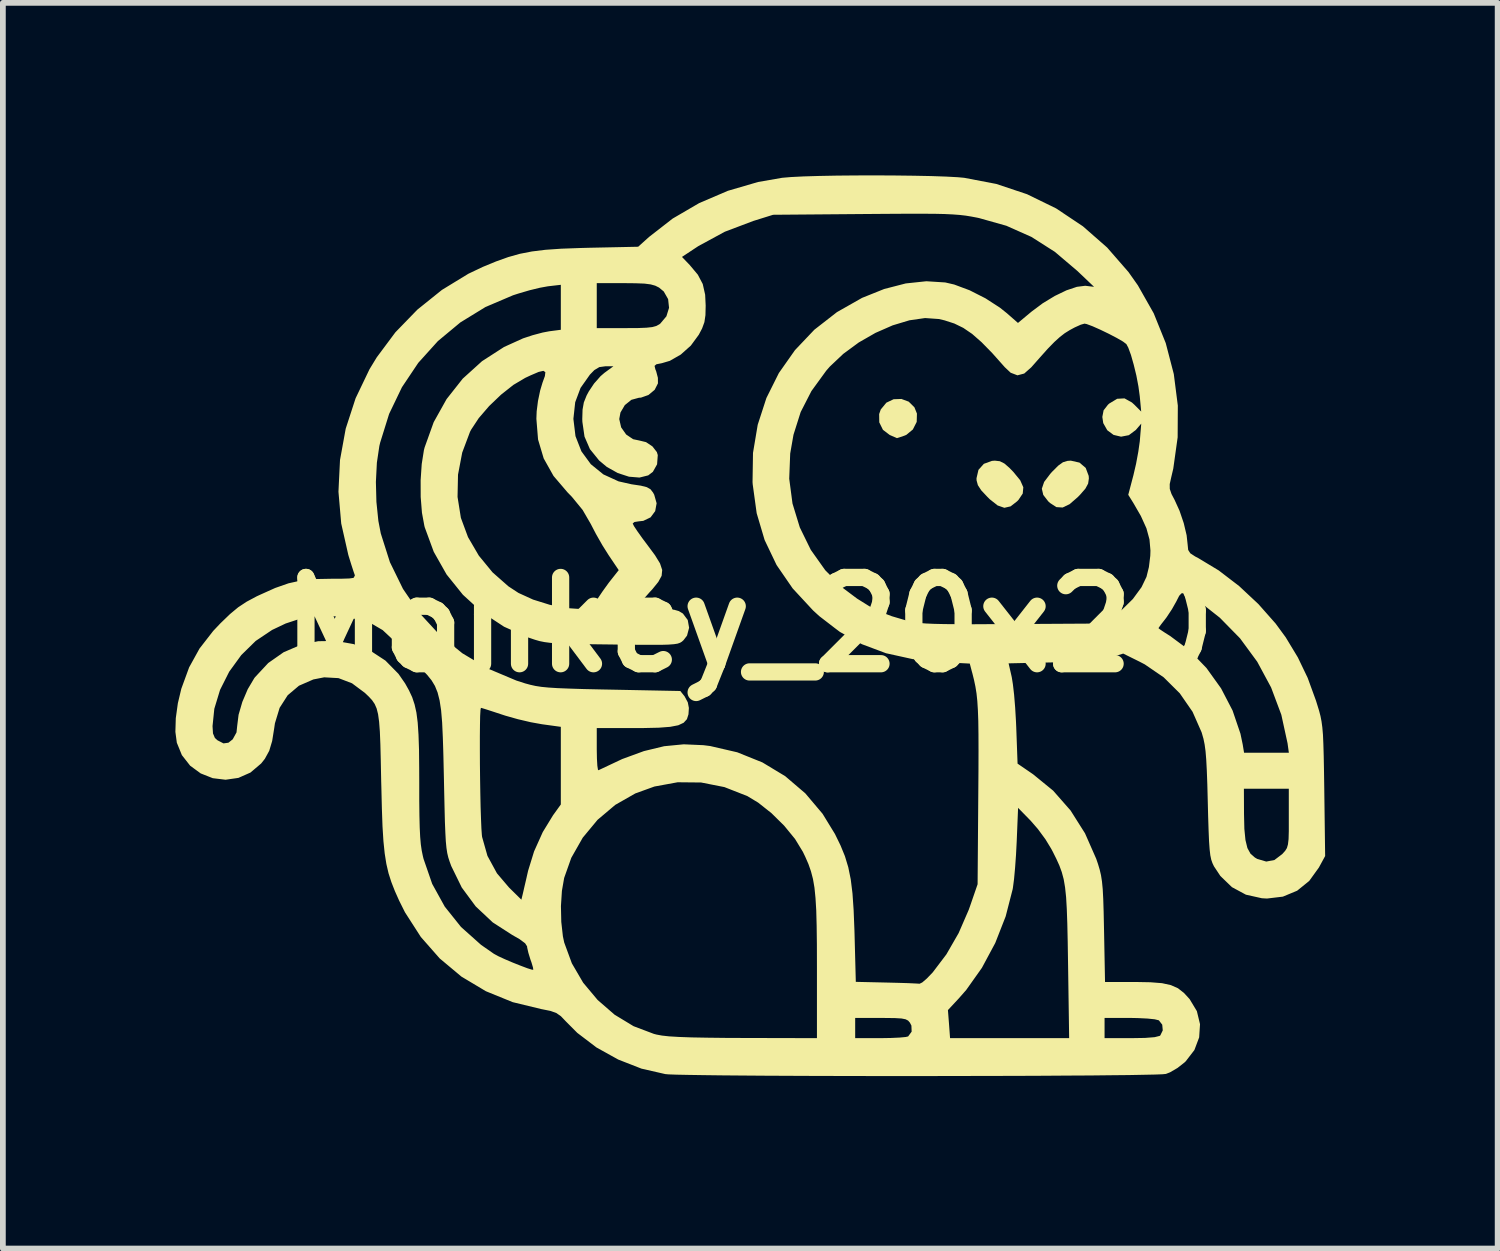
<source format=kicad_pcb>
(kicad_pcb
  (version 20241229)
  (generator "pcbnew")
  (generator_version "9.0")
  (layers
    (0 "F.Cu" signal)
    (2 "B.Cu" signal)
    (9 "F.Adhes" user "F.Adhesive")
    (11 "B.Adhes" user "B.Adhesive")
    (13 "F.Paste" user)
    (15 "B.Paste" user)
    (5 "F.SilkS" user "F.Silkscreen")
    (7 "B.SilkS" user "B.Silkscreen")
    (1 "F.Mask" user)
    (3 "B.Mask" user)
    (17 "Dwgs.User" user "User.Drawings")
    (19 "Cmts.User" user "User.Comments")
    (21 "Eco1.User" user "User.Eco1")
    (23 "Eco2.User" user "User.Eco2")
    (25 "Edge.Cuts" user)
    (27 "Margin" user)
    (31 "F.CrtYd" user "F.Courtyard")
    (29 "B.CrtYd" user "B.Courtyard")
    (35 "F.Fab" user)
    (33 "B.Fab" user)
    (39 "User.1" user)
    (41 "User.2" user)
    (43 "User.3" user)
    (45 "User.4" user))
  (footprint "Monkey_20x20"
    (layer "F.Cu")
    (at 9.985 7.814)
    (property "Reference" "Monkey_20x20" (at 0 0 0) (layer "F.SilkS") (effects (font (size 1.5 1.5) (thickness 0.3))))
    (attr board_only exclude_from_pos_files exclude_from_bom)
    (fp_poly (pts (xy 2.768 -3.879) (xy 2.867 -3.781) (xy 2.911 -3.672) (xy 2.907 -3.527) (xy 2.84 -3.395) (xy 2.726 -3.301) (xy 2.692 -3.287) (xy 2.607 -3.258) (xy 2.564 -3.245) (xy 2.563 -3.245) (xy 2.529 -3.26) (xy 2.45 -3.294) (xy 2.437 -3.3) (xy 2.32 -3.389) (xy 2.256 -3.519) (xy 2.254 -3.664) (xy 2.282 -3.743) (xy 2.379 -3.861) (xy 2.505 -3.921) (xy 2.641 -3.926)) (stroke (width 0) (type solid)) (fill yes) (layer "F.SilkS"))
    (fp_poly (pts (xy 4.353 -2.843) (xy 4.431 -2.804) (xy 4.523 -2.724) (xy 4.586 -2.659) (xy 4.707 -2.512) (xy 4.761 -2.39) (xy 4.751 -2.281) (xy 4.678 -2.172) (xy 4.653 -2.146) (xy 4.54 -2.058) (xy 4.431 -2.033) (xy 4.314 -2.074) (xy 4.177 -2.182) (xy 4.137 -2.222) (xy 4.029 -2.337) (xy 3.971 -2.426) (xy 3.948 -2.51) (xy 3.947 -2.547) (xy 3.981 -2.693) (xy 4.075 -2.798) (xy 4.216 -2.849) (xy 4.266 -2.853)) (stroke (width 0) (type solid)) (fill yes) (layer "F.SilkS"))
    (fp_poly (pts (xy 5.738 -2.819) (xy 5.846 -2.727) (xy 5.898 -2.588) (xy 5.901 -2.542) (xy 5.888 -2.454) (xy 5.841 -2.367) (xy 5.748 -2.26) (xy 5.711 -2.222) (xy 5.566 -2.096) (xy 5.445 -2.038) (xy 5.336 -2.045) (xy 5.225 -2.117) (xy 5.194 -2.146) (xy 5.108 -2.257) (xy 5.083 -2.365) (xy 5.123 -2.483) (xy 5.229 -2.623) (xy 5.261 -2.659) (xy 5.368 -2.766) (xy 5.45 -2.825) (xy 5.529 -2.849) (xy 5.587 -2.853)) (stroke (width 0) (type solid)) (fill yes) (layer "F.SilkS"))
    (fp_poly (pts (xy 2.535 -7.812) (xy 2.862 -7.808) (xy 3.162 -7.802) (xy 3.42 -7.793) (xy 3.623 -7.782) (xy 3.732 -7.772) (xy 4.292 -7.665) (xy 4.827 -7.486) (xy 5.331 -7.24) (xy 5.797 -6.929) (xy 6.219 -6.559) (xy 6.59 -6.133) (xy 6.753 -5.902) (xy 7.029 -5.415) (xy 7.238 -4.897) (xy 7.378 -4.359) (xy 7.448 -3.81) (xy 7.445 -3.259) (xy 7.369 -2.715) (xy 7.332 -2.558) (xy 7.307 -2.445) (xy 7.308 -2.361) (xy 7.338 -2.273) (xy 7.392 -2.17) (xy 7.478 -1.981) (xy 7.551 -1.766) (xy 7.601 -1.556) (xy 7.62 -1.381) (xy 7.62 -1.38) (xy 7.628 -1.3) (xy 7.665 -1.242) (xy 7.749 -1.187) (xy 7.806 -1.157) (xy 8.159 -0.944) (xy 8.513 -0.673) (xy 8.849 -0.359) (xy 9.148 -0.021) (xy 9.324 0.219) (xy 9.535 0.568) (xy 9.706 0.924) (xy 9.85 1.319) (xy 9.874 1.396) (xy 9.905 1.497) (xy 9.929 1.589) (xy 9.947 1.682) (xy 9.961 1.786) (xy 9.972 1.913) (xy 9.979 2.074) (xy 9.985 2.279) (xy 9.99 2.541) (xy 9.995 2.869) (xy 9.995 2.881) (xy 10.01 4.023) (xy 9.901 4.223) (xy 9.733 4.456) (xy 9.523 4.626) (xy 9.275 4.729) (xy 8.999 4.762) (xy 8.91 4.757) (xy 8.632 4.695) (xy 8.389 4.564) (xy 8.188 4.37) (xy 8.076 4.201) (xy 8.05 4.146) (xy 8.029 4.086) (xy 8.013 4.009) (xy 8.001 3.906) (xy 7.991 3.765) (xy 7.983 3.575) (xy 7.975 3.326) (xy 7.969 3.087) (xy 7.963 2.853) (xy 8.597 2.853) (xy 8.599 3.292) (xy 8.605 3.551) (xy 8.624 3.744) (xy 8.658 3.884) (xy 8.711 3.981) (xy 8.788 4.049) (xy 8.829 4.073) (xy 8.986 4.119) (xy 9.128 4.092) (xy 9.265 3.988) (xy 9.271 3.981) (xy 9.315 3.932) (xy 9.345 3.884) (xy 9.363 3.821) (xy 9.374 3.729) (xy 9.378 3.591) (xy 9.378 3.393) (xy 9.378 3.36) (xy 9.378 2.853) (xy 8.988 2.853) (xy 8.597 2.853) (xy 7.963 2.853) (xy 7.961 2.778) (xy 7.952 2.534) (xy 7.942 2.345) (xy 7.93 2.199) (xy 7.914 2.082) (xy 7.894 1.984) (xy 7.868 1.893) (xy 7.861 1.87) (xy 7.704 1.514) (xy 7.482 1.193) (xy 7.202 0.915) (xy 6.873 0.69) (xy 6.781 0.642) (xy 6.498 0.502) (xy 6.287 0.569) (xy 6.186 0.595) (xy 6.057 0.616) (xy 5.888 0.631) (xy 5.667 0.643) (xy 5.384 0.652) (xy 5.291 0.655) (xy 4.505 0.672) (xy 4.56 0.912) (xy 4.58 1.037) (xy 4.601 1.219) (xy 4.619 1.438) (xy 4.633 1.674) (xy 4.638 1.785) (xy 4.661 2.416) (xy 4.931 2.601) (xy 5.28 2.886) (xy 5.583 3.231) (xy 5.834 3.628) (xy 6.029 4.071) (xy 6.06 4.162) (xy 6.089 4.259) (xy 6.112 4.356) (xy 6.129 4.466) (xy 6.142 4.6) (xy 6.151 4.772) (xy 6.158 4.995) (xy 6.164 5.282) (xy 6.165 5.324) (xy 6.182 6.213) (xy 6.707 6.213) (xy 6.972 6.218) (xy 7.174 6.234) (xy 7.328 6.268) (xy 7.45 6.322) (xy 7.555 6.404) (xy 7.653 6.511) (xy 7.779 6.72) (xy 7.834 6.947) (xy 7.819 7.177) (xy 7.736 7.397) (xy 7.585 7.593) (xy 7.565 7.612) (xy 7.443 7.708) (xy 7.313 7.784) (xy 7.241 7.812) (xy 7.182 7.818) (xy 7.051 7.823) (xy 6.854 7.827) (xy 6.597 7.832) (xy 6.288 7.835) (xy 5.931 7.839) (xy 5.534 7.841) (xy 5.103 7.844) (xy 4.643 7.846) (xy 4.161 7.847) (xy 3.663 7.848) (xy 3.155 7.849) (xy 2.645 7.849) (xy 2.137 7.849) (xy 1.639 7.848) (xy 1.155 7.847) (xy 0.694 7.845) (xy 0.26 7.843) (xy -0.139 7.84) (xy -0.498 7.837) (xy -0.811 7.833) (xy -1.071 7.829) (xy -1.271 7.825) (xy -1.407 7.82) (xy -1.465 7.815) (xy -1.88 7.72) (xy -2.284 7.562) (xy -2.662 7.352) (xy -2.996 7.098) (xy -3.193 6.9) (xy -3.28 6.809) (xy -3.36 6.753) (xy -3.46 6.717) (xy -3.608 6.687) (xy -3.615 6.686) (xy -4.119 6.564) (xy -4.585 6.374) (xy -5.01 6.12) (xy -5.388 5.804) (xy -5.716 5.431) (xy -5.992 5.002) (xy -6.093 4.8) (xy -6.168 4.632) (xy -6.229 4.476) (xy -6.278 4.323) (xy -6.316 4.16) (xy -6.345 3.977) (xy -6.367 3.763) (xy -6.383 3.507) (xy -6.394 3.197) (xy -6.403 2.824) (xy -6.406 2.716) (xy -6.413 2.365) (xy -6.42 2.083) (xy -6.429 1.861) (xy -6.442 1.688) (xy -6.46 1.557) (xy -6.485 1.457) (xy -6.519 1.379) (xy -6.564 1.313) (xy -6.62 1.252) (xy -6.689 1.186) (xy -6.913 1.019) (xy -7.148 0.929) (xy -7.397 0.915) (xy -7.586 0.952) (xy -7.836 1.061) (xy -8.032 1.227) (xy -8.172 1.445) (xy -8.254 1.715) (xy -8.266 1.798) (xy -8.302 2.023) (xy -8.353 2.193) (xy -8.429 2.332) (xy -8.493 2.413) (xy -8.679 2.571) (xy -8.889 2.664) (xy -9.112 2.696) (xy -9.335 2.669) (xy -9.545 2.586) (xy -9.728 2.452) (xy -9.872 2.268) (xy -9.96 2.052) (xy -9.985 1.863) (xy -9.982 1.764) (xy -9.339 1.764) (xy -9.331 1.891) (xy -9.298 1.969) (xy -9.253 2.01) (xy -9.148 2.064) (xy -9.062 2.052) (xy -8.988 1.993) (xy -8.922 1.873) (xy -8.91 1.759) (xy -8.886 1.566) (xy -8.821 1.343) (xy -8.727 1.122) (xy -8.615 0.933) (xy -8.602 0.915) (xy -8.37 0.666) (xy -8.103 0.479) (xy -7.81 0.353) (xy -7.503 0.287) (xy -7.192 0.282) (xy -6.886 0.337) (xy -6.596 0.451) (xy -6.332 0.624) (xy -6.105 0.855) (xy -5.99 1.021) (xy -5.922 1.143) (xy -5.867 1.261) (xy -5.825 1.387) (xy -5.793 1.53) (xy -5.771 1.702) (xy -5.757 1.913) (xy -5.748 2.174) (xy -5.745 2.495) (xy -5.744 2.737) (xy -5.744 3.063) (xy -5.741 3.323) (xy -5.736 3.527) (xy -5.728 3.689) (xy -5.717 3.818) (xy -5.701 3.928) (xy -5.68 4.029) (xy -5.669 4.073) (xy -5.519 4.507) (xy -5.301 4.902) (xy -5.018 5.256) (xy -4.67 5.567) (xy -4.446 5.723) (xy -4.371 5.764) (xy -4.256 5.817) (xy -4.12 5.875) (xy -3.984 5.929) (xy -3.865 5.974) (xy -3.785 5.999) (xy -3.761 6.001) (xy -3.766 5.962) (xy -3.792 5.874) (xy -3.81 5.824) (xy -3.846 5.707) (xy -3.867 5.615) (xy -3.869 5.593) (xy -3.903 5.54) (xy -4 5.468) (xy -4.126 5.396) (xy -4.466 5.177) (xy -4.762 4.899) (xy -4.766 4.894) (xy -3.28 4.894) (xy -3.274 5.168) (xy -3.246 5.419) (xy -3.223 5.527) (xy -3.09 5.889) (xy -2.894 6.225) (xy -2.642 6.526) (xy -2.347 6.782) (xy -2.017 6.982) (xy -1.663 7.116) (xy -1.616 7.128) (xy -1.524 7.145) (xy -1.398 7.159) (xy -1.229 7.169) (xy -1.01 7.177) (xy -0.734 7.182) (xy -0.393 7.186) (xy -0.107 7.187) (xy 1.172 7.19) (xy 1.172 6.838) (xy 1.837 6.838) (xy 1.837 7.014) (xy 1.837 7.19) (xy 2.276 7.19) (xy 2.456 7.187) (xy 2.609 7.18) (xy 2.716 7.17) (xy 2.758 7.16) (xy 2.819 7.077) (xy 2.815 6.972) (xy 2.789 6.921) (xy 2.758 6.885) (xy 2.714 6.862) (xy 2.643 6.848) (xy 2.528 6.841) (xy 2.356 6.839) (xy 2.284 6.838) (xy 1.837 6.838) (xy 1.172 6.838) (xy 1.172 6.702) (xy 3.45 6.702) (xy 3.469 6.946) (xy 3.487 7.19) (xy 4.523 7.19) (xy 5.558 7.19) (xy 5.553 6.838) (xy 6.174 6.838) (xy 6.174 7.014) (xy 6.174 7.19) (xy 6.635 7.19) (xy 6.878 7.186) (xy 7.044 7.173) (xy 7.132 7.151) (xy 7.143 7.143) (xy 7.186 7.055) (xy 7.177 6.956) (xy 7.12 6.882) (xy 7.115 6.879) (xy 7.046 6.862) (xy 6.919 6.849) (xy 6.752 6.841) (xy 6.607 6.838) (xy 6.174 6.838) (xy 5.553 6.838) (xy 5.539 5.891) (xy 5.533 5.51) (xy 5.526 5.197) (xy 5.517 4.943) (xy 5.505 4.736) (xy 5.487 4.567) (xy 5.463 4.426) (xy 5.43 4.303) (xy 5.388 4.188) (xy 5.335 4.071) (xy 5.27 3.941) (xy 5.247 3.898) (xy 5.146 3.732) (xy 5.015 3.554) (xy 4.89 3.41) (xy 4.67 3.185) (xy 4.646 3.771) (xy 4.634 4.001) (xy 4.618 4.225) (xy 4.6 4.422) (xy 4.581 4.568) (xy 4.576 4.599) (xy 4.454 5.073) (xy 4.273 5.535) (xy 4.041 5.967) (xy 3.768 6.352) (xy 3.637 6.501) (xy 3.45 6.702) (xy 1.172 6.702) (xy 1.172 5.949) (xy 1.171 5.558) (xy 1.167 5.235) (xy 1.16 4.97) (xy 1.147 4.753) (xy 1.129 4.573) (xy 1.103 4.422) (xy 1.068 4.288) (xy 1.024 4.162) (xy 0.968 4.034) (xy 0.927 3.949) (xy 0.791 3.726) (xy 0.602 3.495) (xy 0.381 3.277) (xy 0.15 3.094) (xy -0.039 2.98) (xy -0.437 2.824) (xy -0.842 2.744) (xy -1.25 2.74) (xy -1.654 2.814) (xy -1.986 2.934) (xy -2.335 3.133) (xy -2.643 3.393) (xy -2.901 3.704) (xy -3.1 4.054) (xy -3.224 4.404) (xy -3.263 4.628) (xy -3.28 4.894) (xy -4.766 4.894) (xy -5.005 4.57) (xy -5.185 4.202) (xy -5.188 4.196) (xy -5.216 4.119) (xy -5.239 4.048) (xy -5.257 3.972) (xy -5.271 3.881) (xy -5.282 3.767) (xy -5.29 3.619) (xy -5.298 3.427) (xy -5.304 3.182) (xy -5.311 2.873) (xy -5.315 2.677) (xy -5.324 2.285) (xy -5.327 2.176) (xy -4.69 2.176) (xy -4.689 2.426) (xy -4.686 2.683) (xy -4.682 2.935) (xy -4.677 3.171) (xy -4.67 3.378) (xy -4.663 3.545) (xy -4.655 3.659) (xy -4.651 3.691) (xy -4.558 4.02) (xy -4.393 4.323) (xy -4.184 4.569) (xy -3.968 4.782) (xy -3.94 4.667) (xy -3.918 4.57) (xy -3.885 4.429) (xy -3.851 4.279) (xy -3.747 3.942) (xy -3.596 3.606) (xy -3.418 3.315) (xy -3.282 3.126) (xy -3.282 2.451) (xy -3.282 1.776) (xy -3.609 1.731) (xy -3.804 1.696) (xy -4.03 1.643) (xy -4.246 1.582) (xy -4.295 1.566) (xy -4.45 1.515) (xy -4.576 1.474) (xy -4.654 1.45) (xy -4.672 1.446) (xy -4.679 1.483) (xy -4.685 1.586) (xy -4.688 1.744) (xy -4.69 1.944) (xy -4.69 2.176) (xy -5.327 2.176) (xy -5.334 1.962) (xy -5.346 1.699) (xy -5.364 1.487) (xy -5.39 1.317) (xy -5.425 1.179) (xy -5.471 1.065) (xy -5.531 0.966) (xy -5.607 0.872) (xy -5.701 0.774) (xy -5.774 0.703) (xy -5.918 0.561) (xy -6.065 0.41) (xy -6.188 0.278) (xy -6.213 0.25) (xy -6.38 0.094) (xy -6.573 -0.019) (xy -6.806 -0.094) (xy -7.094 -0.137) (xy -7.232 -0.147) (xy -7.538 -0.147) (xy -7.806 -0.107) (xy -8.067 -0.021) (xy -8.303 0.091) (xy -8.588 0.282) (xy -8.839 0.528) (xy -9.049 0.817) (xy -9.208 1.133) (xy -9.308 1.462) (xy -9.339 1.764) (xy -9.982 1.764) (xy -9.978 1.626) (xy -9.942 1.366) (xy -9.882 1.114) (xy -9.746 0.742) (xy -9.565 0.414) (xy -9.327 0.108) (xy -9.201 -0.025) (xy -9.035 -0.185) (xy -8.893 -0.303) (xy -8.746 -0.4) (xy -8.57 -0.494) (xy -8.516 -0.519) (xy -8.249 -0.639) (xy -8.017 -0.72) (xy -7.792 -0.77) (xy -7.546 -0.794) (xy -7.277 -0.799) (xy -7.085 -0.8) (xy -6.96 -0.804) (xy -6.889 -0.814) (xy -6.86 -0.831) (xy -6.862 -0.857) (xy -6.863 -0.858) (xy -6.886 -0.923) (xy -6.924 -1.04) (xy -6.969 -1.185) (xy -6.978 -1.215) (xy -7.101 -1.76) (xy -7.149 -2.312) (xy -7.141 -2.483) (xy -6.498 -2.483) (xy -6.489 -2.136) (xy -6.455 -1.805) (xy -6.413 -1.587) (xy -6.254 -1.087) (xy -6.027 -0.623) (xy -5.739 -0.202) (xy -5.393 0.173) (xy -4.994 0.497) (xy -4.547 0.764) (xy -4.056 0.971) (xy -3.901 1.021) (xy -3.812 1.045) (xy -3.722 1.065) (xy -3.619 1.081) (xy -3.495 1.093) (xy -3.337 1.103) (xy -3.137 1.111) (xy -2.884 1.119) (xy -2.567 1.126) (xy -2.409 1.129) (xy -1.204 1.153) (xy -1.13 1.245) (xy -1.074 1.35) (xy -1.055 1.447) (xy -1.062 1.558) (xy -1.089 1.643) (xy -1.146 1.705) (xy -1.24 1.749) (xy -1.381 1.776) (xy -1.578 1.791) (xy -1.84 1.797) (xy -1.991 1.798) (xy -2.657 1.798) (xy -2.657 2.172) (xy -2.654 2.33) (xy -2.647 2.452) (xy -2.636 2.522) (xy -2.628 2.531) (xy -2.214 2.336) (xy -1.837 2.198) (xy -1.485 2.113) (xy -1.145 2.08) (xy -0.803 2.095) (xy -0.684 2.11) (xy -0.213 2.219) (xy 0.224 2.395) (xy 0.62 2.634) (xy 0.97 2.933) (xy 1.27 3.288) (xy 1.485 3.639) (xy 1.582 3.838) (xy 1.659 4.026) (xy 1.717 4.218) (xy 1.76 4.429) (xy 1.79 4.672) (xy 1.81 4.962) (xy 1.824 5.313) (xy 1.826 5.382) (xy 1.848 6.211) (xy 2.379 6.223) (xy 2.578 6.228) (xy 2.75 6.233) (xy 2.879 6.239) (xy 2.95 6.243) (xy 2.957 6.244) (xy 3.004 6.221) (xy 3.084 6.152) (xy 3.18 6.052) (xy 3.185 6.047) (xy 3.423 5.733) (xy 3.636 5.363) (xy 3.811 4.96) (xy 3.835 4.893) (xy 3.966 4.513) (xy 3.978 2.937) (xy 3.981 2.526) (xy 3.982 2.185) (xy 3.981 1.904) (xy 3.978 1.673) (xy 3.971 1.484) (xy 3.961 1.327) (xy 3.947 1.194) (xy 3.928 1.076) (xy 3.904 0.962) (xy 3.875 0.845) (xy 3.867 0.817) (xy 3.83 0.676) (xy 3.351 0.651) (xy 2.835 0.598) (xy 2.373 0.496) (xy 1.954 0.339) (xy 1.571 0.125) (xy 1.486 0.061) (xy 7.112 0.061) (xy 7.142 0.085) (xy 7.222 0.138) (xy 7.314 0.196) (xy 7.648 0.444) (xy 7.946 0.753) (xy 8.2 1.107) (xy 8.4 1.492) (xy 8.537 1.895) (xy 8.576 2.081) (xy 8.6 2.227) (xy 8.99 2.227) (xy 9.379 2.227) (xy 9.356 2.061) (xy 9.248 1.566) (xy 9.07 1.091) (xy 8.829 0.644) (xy 8.53 0.237) (xy 8.179 -0.121) (xy 7.913 -0.331) (xy 7.749 -0.447) (xy 7.636 -0.519) (xy 7.561 -0.551) (xy 7.511 -0.545) (xy 7.472 -0.503) (xy 7.433 -0.427) (xy 7.426 -0.412) (xy 7.346 -0.27) (xy 7.252 -0.128) (xy 7.227 -0.095) (xy 7.159 -0.008) (xy 7.118 0.049) (xy 7.112 0.061) (xy 1.486 0.061) (xy 1.212 -0.15) (xy 1.104 -0.249) (xy 0.75 -0.631) (xy 0.47 -1.038) (xy 0.262 -1.473) (xy 0.124 -1.939) (xy 0.055 -2.441) (xy 0.052 -2.481) (xy 0.053 -2.539) (xy 0.69 -2.539) (xy 0.747 -2.107) (xy 0.874 -1.692) (xy 1.065 -1.302) (xy 1.317 -0.947) (xy 1.626 -0.637) (xy 1.87 -0.454) (xy 2.08 -0.323) (xy 2.271 -0.225) (xy 2.476 -0.147) (xy 2.716 -0.076) (xy 2.791 -0.058) (xy 2.869 -0.042) (xy 2.959 -0.03) (xy 3.07 -0.021) (xy 3.209 -0.015) (xy 3.385 -0.011) (xy 3.607 -0.009) (xy 3.884 -0.008) (xy 4.224 -0.01) (xy 4.533 -0.011) (xy 6.076 -0.02) (xy 6.276 -0.125) (xy 6.479 -0.263) (xy 6.666 -0.447) (xy 6.817 -0.653) (xy 6.903 -0.832) (xy 6.945 -1.002) (xy 6.969 -1.199) (xy 6.972 -1.29) (xy 6.955 -1.483) (xy 6.902 -1.677) (xy 6.805 -1.891) (xy 6.675 -2.116) (xy 6.586 -2.259) (xy 6.676 -2.601) (xy 6.722 -2.799) (xy 6.761 -3.01) (xy 6.787 -3.193) (xy 6.789 -3.22) (xy 6.812 -3.497) (xy 6.717 -3.386) (xy 6.596 -3.296) (xy 6.461 -3.27) (xy 6.33 -3.301) (xy 6.221 -3.382) (xy 6.151 -3.506) (xy 6.135 -3.613) (xy 6.157 -3.728) (xy 6.232 -3.825) (xy 6.255 -3.846) (xy 6.393 -3.929) (xy 6.521 -3.936) (xy 6.649 -3.865) (xy 6.691 -3.827) (xy 6.811 -3.707) (xy 6.786 -3.973) (xy 6.763 -4.143) (xy 6.727 -4.333) (xy 6.681 -4.522) (xy 6.633 -4.691) (xy 6.586 -4.819) (xy 6.553 -4.88) (xy 6.495 -4.924) (xy 6.386 -4.987) (xy 6.248 -5.059) (xy 6.101 -5.13) (xy 5.966 -5.19) (xy 5.864 -5.228) (xy 5.825 -5.236) (xy 5.759 -5.217) (xy 5.653 -5.169) (xy 5.568 -5.123) (xy 5.481 -5.069) (xy 5.396 -5.003) (xy 5.301 -4.917) (xy 5.186 -4.799) (xy 5.042 -4.638) (xy 4.9 -4.477) (xy 4.777 -4.368) (xy 4.659 -4.337) (xy 4.541 -4.382) (xy 4.439 -4.478) (xy 4.221 -4.723) (xy 4.035 -4.913) (xy 3.871 -5.057) (xy 3.717 -5.162) (xy 3.561 -5.238) (xy 3.391 -5.293) (xy 3.292 -5.316) (xy 3.053 -5.333) (xy 2.781 -5.294) (xy 2.489 -5.206) (xy 2.19 -5.075) (xy 1.899 -4.908) (xy 1.63 -4.71) (xy 1.396 -4.489) (xy 1.334 -4.418) (xy 1.076 -4.063) (xy 0.889 -3.698) (xy 0.764 -3.303) (xy 0.707 -2.977) (xy 0.69 -2.539) (xy 0.053 -2.539) (xy 0.06 -2.988) (xy 0.142 -3.477) (xy 0.293 -3.942) (xy 0.51 -4.377) (xy 0.79 -4.775) (xy 1.127 -5.13) (xy 1.52 -5.436) (xy 1.957 -5.684) (xy 2.341 -5.838) (xy 2.717 -5.935) (xy 3.075 -5.973) (xy 3.404 -5.952) (xy 3.559 -5.916) (xy 3.827 -5.816) (xy 4.103 -5.676) (xy 4.355 -5.513) (xy 4.475 -5.417) (xy 4.668 -5.248) (xy 4.903 -5.444) (xy 5.1 -5.591) (xy 5.308 -5.717) (xy 5.511 -5.815) (xy 5.693 -5.876) (xy 5.836 -5.894) (xy 5.848 -5.893) (xy 5.991 -5.876) (xy 5.701 -6.152) (xy 5.31 -6.484) (xy 4.902 -6.744) (xy 4.466 -6.938) (xy 3.99 -7.072) (xy 3.957 -7.079) (xy 3.857 -7.098) (xy 3.759 -7.114) (xy 3.655 -7.126) (xy 3.535 -7.135) (xy 3.39 -7.142) (xy 3.212 -7.146) (xy 2.991 -7.147) (xy 2.718 -7.147) (xy 2.386 -7.145) (xy 1.995 -7.142) (xy 0.41 -7.129) (xy 0.067 -7.022) (xy -0.43 -6.834) (xy -0.889 -6.585) (xy -0.965 -6.535) (xy -1.175 -6.396) (xy -1.041 -6.256) (xy -0.9 -6.088) (xy -0.814 -5.925) (xy -0.772 -5.739) (xy -0.763 -5.549) (xy -0.767 -5.383) (xy -0.785 -5.262) (xy -0.825 -5.152) (xy -0.883 -5.042) (xy -1.021 -4.854) (xy -1.196 -4.698) (xy -1.386 -4.589) (xy -1.525 -4.548) (xy -1.62 -4.529) (xy -1.652 -4.501) (xy -1.638 -4.442) (xy -1.624 -4.408) (xy -1.594 -4.294) (xy -1.593 -4.197) (xy -1.65 -4.085) (xy -1.758 -3.995) (xy -1.888 -3.949) (xy -1.923 -3.947) (xy -2.055 -3.911) (xy -2.169 -3.819) (xy -2.245 -3.69) (xy -2.266 -3.576) (xy -2.233 -3.432) (xy -2.146 -3.308) (xy -2.025 -3.226) (xy -1.92 -3.204) (xy -1.8 -3.175) (xy -1.688 -3.1) (xy -1.612 -3.002) (xy -1.596 -2.95) (xy -1.608 -2.789) (xy -1.681 -2.659) (xy -1.762 -2.597) (xy -1.914 -2.559) (xy -2.097 -2.574) (xy -2.293 -2.638) (xy -2.482 -2.744) (xy -2.616 -2.856) (xy -2.776 -3.054) (xy -2.87 -3.271) (xy -2.907 -3.526) (xy -2.909 -3.576) (xy -2.904 -3.741) (xy -2.882 -3.865) (xy -2.834 -3.985) (xy -2.796 -4.056) (xy -2.704 -4.194) (xy -2.591 -4.322) (xy -2.525 -4.379) (xy -2.368 -4.494) (xy -2.509 -4.494) (xy -2.612 -4.48) (xy -2.699 -4.428) (xy -2.776 -4.349) (xy -2.939 -4.118) (xy -3.032 -3.869) (xy -3.063 -3.583) (xy -3.063 -3.576) (xy -3.027 -3.279) (xy -2.924 -3.015) (xy -2.76 -2.791) (xy -2.542 -2.614) (xy -2.278 -2.493) (xy -2.052 -2.442) (xy -1.89 -2.418) (xy -1.787 -2.392) (xy -1.723 -2.356) (xy -1.679 -2.299) (xy -1.658 -2.261) (xy -1.616 -2.112) (xy -1.641 -1.975) (xy -1.721 -1.867) (xy -1.848 -1.806) (xy -1.923 -1.798) (xy -2.002 -1.786) (xy -2.032 -1.76) (xy -2.01 -1.715) (xy -1.949 -1.623) (xy -1.86 -1.498) (xy -1.781 -1.393) (xy -1.644 -1.208) (xy -1.557 -1.066) (xy -1.519 -0.952) (xy -1.529 -0.85) (xy -1.587 -0.744) (xy -1.69 -0.617) (xy -1.738 -0.565) (xy -1.837 -0.453) (xy -1.913 -0.363) (xy -1.95 -0.309) (xy -1.953 -0.303) (xy -1.917 -0.29) (xy -1.821 -0.28) (xy -1.681 -0.274) (xy -1.607 -0.274) (xy -1.43 -0.271) (xy -1.311 -0.26) (xy -1.23 -0.237) (xy -1.165 -0.198) (xy -1.158 -0.193) (xy -1.075 -0.082) (xy -1.051 0.053) (xy -1.087 0.189) (xy -1.148 0.269) (xy -1.177 0.295) (xy -1.208 0.314) (xy -1.251 0.329) (xy -1.315 0.339) (xy -1.409 0.346) (xy -1.542 0.35) (xy -1.723 0.35) (xy -1.961 0.349) (xy -2.265 0.346) (xy -2.389 0.344) (xy -2.719 0.34) (xy -2.981 0.336) (xy -3.186 0.332) (xy -3.345 0.325) (xy -3.469 0.315) (xy -3.567 0.302) (xy -3.651 0.285) (xy -3.731 0.262) (xy -3.817 0.233) (xy -3.849 0.222) (xy -4.269 0.035) (xy -4.65 -0.215) (xy -4.985 -0.521) (xy -5.269 -0.874) (xy -5.492 -1.268) (xy -5.649 -1.695) (xy -5.655 -1.719) (xy -5.697 -1.947) (xy -5.719 -2.222) (xy -5.719 -2.222) (xy -5.078 -2.222) (xy -5.02 -1.858) (xy -4.896 -1.523) (xy -4.708 -1.201) (xy -4.469 -0.91) (xy -4.193 -0.667) (xy -4.019 -0.553) (xy -3.765 -0.437) (xy -3.473 -0.346) (xy -3.178 -0.289) (xy -2.989 -0.276) (xy -2.755 -0.274) (xy -2.647 -0.445) (xy -2.554 -0.583) (xy -2.447 -0.731) (xy -2.407 -0.782) (xy -2.275 -0.949) (xy -2.449 -1.207) (xy -2.558 -1.38) (xy -2.672 -1.58) (xy -2.762 -1.753) (xy -2.903 -1.996) (xy -3.089 -2.223) (xy -3.164 -2.3) (xy -3.409 -2.587) (xy -3.58 -2.892) (xy -3.678 -3.221) (xy -3.707 -3.581) (xy -3.702 -3.711) (xy -3.679 -3.892) (xy -3.641 -4.074) (xy -3.6 -4.211) (xy -3.559 -4.324) (xy -3.551 -4.392) (xy -3.585 -4.415) (xy -3.668 -4.396) (xy -3.808 -4.336) (xy -3.902 -4.292) (xy -4.106 -4.171) (xy -4.321 -4.001) (xy -4.529 -3.802) (xy -4.709 -3.593) (xy -4.841 -3.393) (xy -4.861 -3.355) (xy -4.997 -2.993) (xy -5.07 -2.609) (xy -5.078 -2.222) (xy -5.719 -2.222) (xy -5.72 -2.513) (xy -5.701 -2.794) (xy -5.663 -3.035) (xy -5.651 -3.082) (xy -5.493 -3.522) (xy -5.269 -3.923) (xy -4.988 -4.279) (xy -4.652 -4.583) (xy -4.269 -4.83) (xy -3.938 -4.98) (xy -3.771 -5.035) (xy -3.598 -5.081) (xy -3.482 -5.103) (xy -3.282 -5.129) (xy -3.282 -5.52) (xy -3.282 -5.911) (xy -3.507 -5.885) (xy -3.645 -5.86) (xy -3.826 -5.816) (xy -4.02 -5.759) (xy -4.113 -5.729) (xy -4.592 -5.525) (xy -5.029 -5.257) (xy -5.42 -4.932) (xy -5.761 -4.554) (xy -6.045 -4.13) (xy -6.268 -3.666) (xy -6.424 -3.166) (xy -6.438 -3.107) (xy -6.481 -2.817) (xy -6.498 -2.483) (xy -7.141 -2.483) (xy -7.122 -2.865) (xy -7.023 -3.409) (xy -6.851 -3.938) (xy -6.609 -4.443) (xy -6.483 -4.65) (xy -6.159 -5.085) (xy -5.777 -5.479) (xy -5.35 -5.822) (xy -5.157 -5.94) (xy -2.657 -5.94) (xy -2.657 -5.549) (xy -2.657 -5.158) (xy -2.155 -5.158) (xy -1.942 -5.159) (xy -1.793 -5.165) (xy -1.691 -5.176) (xy -1.622 -5.195) (xy -1.569 -5.224) (xy -1.553 -5.236) (xy -1.446 -5.363) (xy -1.4 -5.511) (xy -1.416 -5.662) (xy -1.492 -5.795) (xy -1.574 -5.863) (xy -1.64 -5.896) (xy -1.719 -5.918) (xy -1.827 -5.932) (xy -1.982 -5.938) (xy -2.179 -5.94) (xy -2.657 -5.94) (xy -5.157 -5.94) (xy -4.89 -6.103) (xy -4.64 -6.222) (xy -4.407 -6.318) (xy -4.197 -6.393) (xy -3.995 -6.45) (xy -3.784 -6.491) (xy -3.549 -6.52) (xy -3.275 -6.539) (xy -2.944 -6.551) (xy -2.795 -6.555) (xy -1.937 -6.573) (xy -1.747 -6.744) (xy -1.337 -7.063) (xy -0.876 -7.332) (xy -0.376 -7.546) (xy 0.148 -7.699) (xy 0.567 -7.772) (xy 0.72 -7.785) (xy 0.938 -7.796) (xy 1.207 -7.804) (xy 1.515 -7.81) (xy 1.848 -7.813) (xy 2.192 -7.814)) (stroke (width 0) (type solid)) (fill yes) (layer "F.SilkS")))
  (gr_rect
    (start -3 -3)
    (end 22.995 18.663)
    (stroke (width 0.1) (type default))
    (fill no)
    (layer "Edge.Cuts")))
</source>
